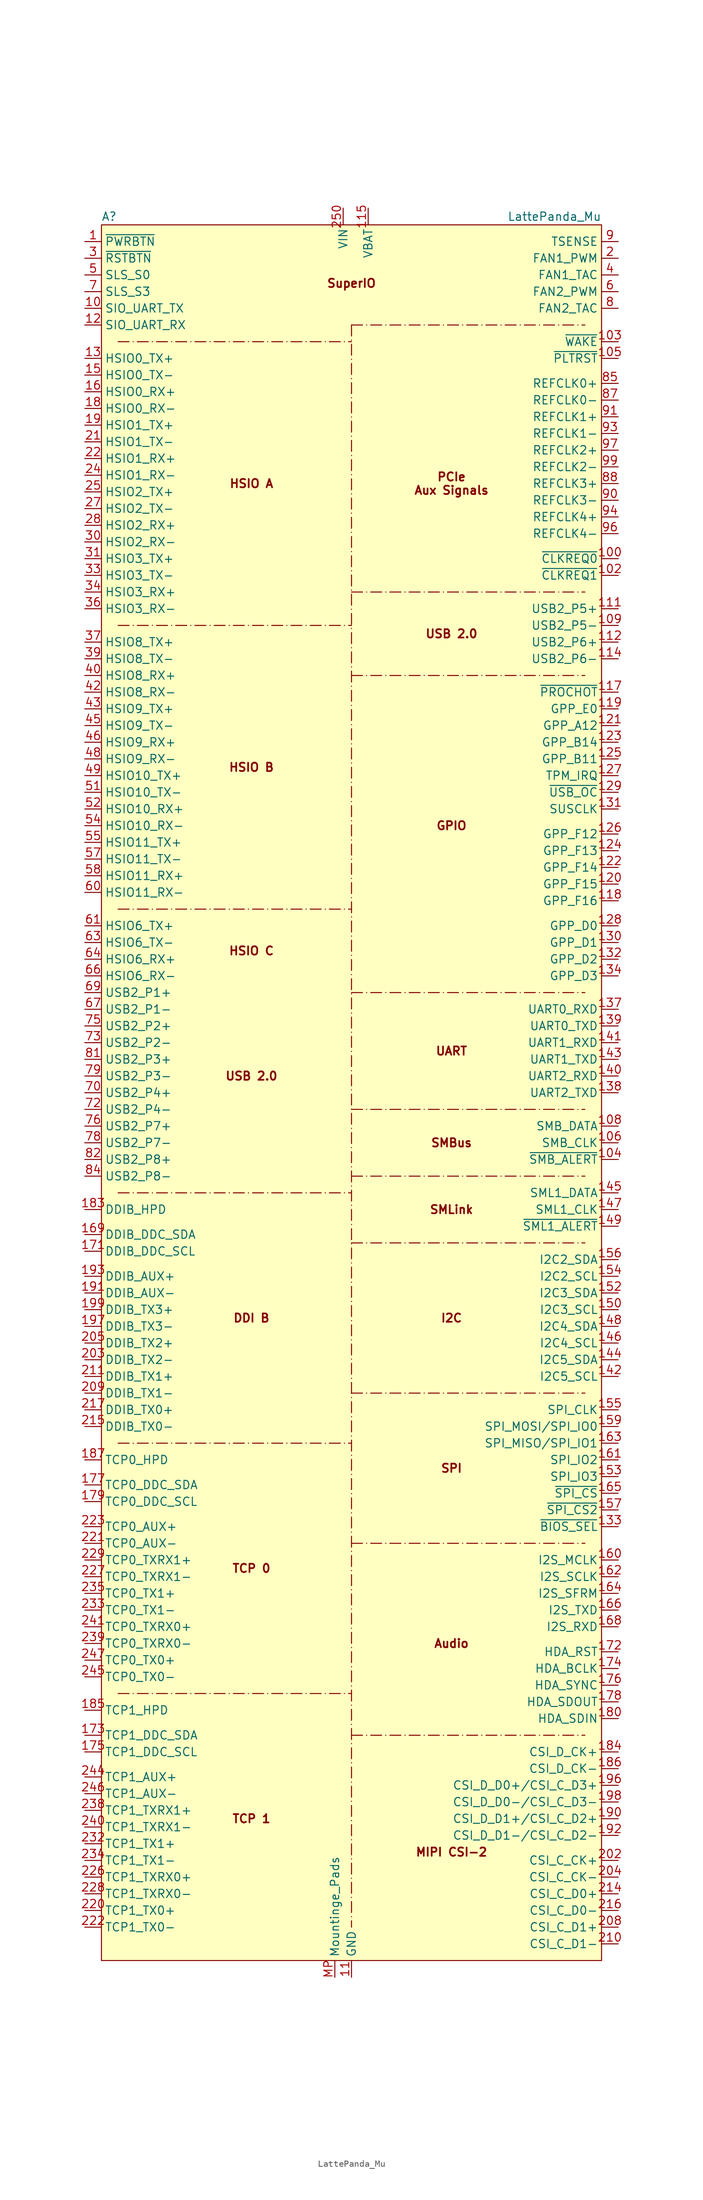
<source format=kicad_sym>
(kicad_symbol_lib
  (version 20231120)
  (generator "kicad_symbol_editor")
  (generator_version "8.0")
  (symbol "LattePanda_Mu"
    (property "Reference" "A"
      (at -38.1 133.35 0)
      (effects (font (size 1.27 1.27)) (justify left)))
    (property "Value" "LattePanda_Mu"
      (at 38.1 133.35 0)
      (effects (font (size 1.27 1.27)) (justify right)))
    (symbol "LattePanda_Mu_1_0"
      (pin passive line (at 0 -134.62 90) (length 2.54) hide (name "GND" (effects (font (size 1.27 1.27)))) (number "101" (effects (font (size 1.27 1.27)))))
      (pin passive line (at 0 -134.62 90) (length 2.54) hide (name "GND" (effects (font (size 1.27 1.27)))) (number "107" (effects (font (size 1.27 1.27)))))
      (pin passive line (at 0 -134.62 90) (length 2.54) hide (name "GND" (effects (font (size 1.27 1.27)))) (number "110" (effects (font (size 1.27 1.27)))))
      (pin passive line (at 0 -134.62 90) (length 2.54) hide (name "GND" (effects (font (size 1.27 1.27)))) (number "113" (effects (font (size 1.27 1.27)))))
      (pin passive line (at 0 -134.62 90) (length 2.54) hide (name "GND" (effects (font (size 1.27 1.27)))) (number "116" (effects (font (size 1.27 1.27)))))
      (pin passive line (at 0 -134.62 90) (length 2.54) hide (name "GND" (effects (font (size 1.27 1.27)))) (number "135" (effects (font (size 1.27 1.27)))))
      (pin passive line (at 0 -134.62 90) (length 2.54) hide (name "GND" (effects (font (size 1.27 1.27)))) (number "136" (effects (font (size 1.27 1.27)))))
      (pin passive line (at 0 -134.62 90) (length 2.54) hide (name "GND" (effects (font (size 1.27 1.27)))) (number "14" (effects (font (size 1.27 1.27)))))
      (pin passive line (at 0 -134.62 90) (length 2.54) hide (name "GND" (effects (font (size 1.27 1.27)))) (number "151" (effects (font (size 1.27 1.27)))))
      (pin passive line (at 0 -134.62 90) (length 2.54) hide (name "GND" (effects (font (size 1.27 1.27)))) (number "158" (effects (font (size 1.27 1.27)))))
      (pin passive line (at 0 -134.62 90) (length 2.54) hide (name "GND" (effects (font (size 1.27 1.27)))) (number "167" (effects (font (size 1.27 1.27)))))
      (pin passive line (at 0 -134.62 90) (length 2.54) hide (name "GND" (effects (font (size 1.27 1.27)))) (number "17" (effects (font (size 1.27 1.27)))))
      (pin passive line (at 0 -134.62 90) (length 2.54) hide (name "GND" (effects (font (size 1.27 1.27)))) (number "170" (effects (font (size 1.27 1.27)))))
      (pin passive line (at 0 -134.62 90) (length 2.54) hide (name "GND" (effects (font (size 1.27 1.27)))) (number "181" (effects (font (size 1.27 1.27)))))
      (pin passive line (at 0 -134.62 90) (length 2.54) hide (name "GND" (effects (font (size 1.27 1.27)))) (number "182" (effects (font (size 1.27 1.27)))))
      (pin passive line (at 0 -134.62 90) (length 2.54) hide (name "GND" (effects (font (size 1.27 1.27)))) (number "188" (effects (font (size 1.27 1.27)))))
      (pin passive line (at 0 -134.62 90) (length 2.54) hide (name "GND" (effects (font (size 1.27 1.27)))) (number "189" (effects (font (size 1.27 1.27)))))
      (pin passive line (at 0 -134.62 90) (length 2.54) hide (name "GND" (effects (font (size 1.27 1.27)))) (number "194" (effects (font (size 1.27 1.27)))))
      (pin passive line (at 0 -134.62 90) (length 2.54) hide (name "GND" (effects (font (size 1.27 1.27)))) (number "195" (effects (font (size 1.27 1.27)))))
      (pin passive line (at 0 -134.62 90) (length 2.54) hide (name "GND" (effects (font (size 1.27 1.27)))) (number "20" (effects (font (size 1.27 1.27)))))
      (pin passive line (at 0 -134.62 90) (length 2.54) hide (name "GND" (effects (font (size 1.27 1.27)))) (number "200" (effects (font (size 1.27 1.27)))))
      (pin passive line (at 0 -134.62 90) (length 2.54) hide (name "GND" (effects (font (size 1.27 1.27)))) (number "201" (effects (font (size 1.27 1.27)))))
      (pin passive line (at 0 -134.62 90) (length 2.54) hide (name "GND" (effects (font (size 1.27 1.27)))) (number "206" (effects (font (size 1.27 1.27)))))
      (pin passive line (at 0 -134.62 90) (length 2.54) hide (name "GND" (effects (font (size 1.27 1.27)))) (number "207" (effects (font (size 1.27 1.27)))))
      (pin passive line (at 0 -134.62 90) (length 2.54) hide (name "GND" (effects (font (size 1.27 1.27)))) (number "212" (effects (font (size 1.27 1.27)))))
      (pin passive line (at 0 -134.62 90) (length 2.54) hide (name "GND" (effects (font (size 1.27 1.27)))) (number "213" (effects (font (size 1.27 1.27)))))
      (pin passive line (at 0 -134.62 90) (length 2.54) hide (name "GND" (effects (font (size 1.27 1.27)))) (number "218" (effects (font (size 1.27 1.27)))))
      (pin passive line (at 0 -134.62 90) (length 2.54) hide (name "GND" (effects (font (size 1.27 1.27)))) (number "219" (effects (font (size 1.27 1.27)))))
      (pin passive line (at 0 -134.62 90) (length 2.54) hide (name "GND" (effects (font (size 1.27 1.27)))) (number "224" (effects (font (size 1.27 1.27)))))
      (pin passive line (at 0 -134.62 90) (length 2.54) hide (name "GND" (effects (font (size 1.27 1.27)))) (number "225" (effects (font (size 1.27 1.27)))))
      (pin passive line (at 0 -134.62 90) (length 2.54) hide (name "GND" (effects (font (size 1.27 1.27)))) (number "23" (effects (font (size 1.27 1.27)))))
      (pin passive line (at 0 -134.62 90) (length 2.54) hide (name "GND" (effects (font (size 1.27 1.27)))) (number "230" (effects (font (size 1.27 1.27)))))
      (pin passive line (at 0 -134.62 90) (length 2.54) hide (name "GND" (effects (font (size 1.27 1.27)))) (number "231" (effects (font (size 1.27 1.27)))))
      (pin passive line (at 0 -134.62 90) (length 2.54) hide (name "GND" (effects (font (size 1.27 1.27)))) (number "236" (effects (font (size 1.27 1.27)))))
      (pin passive line (at 0 -134.62 90) (length 2.54) hide (name "GND" (effects (font (size 1.27 1.27)))) (number "237" (effects (font (size 1.27 1.27)))))
      (pin passive line (at 0 -134.62 90) (length 2.54) hide (name "GND" (effects (font (size 1.27 1.27)))) (number "242" (effects (font (size 1.27 1.27)))))
      (pin passive line (at 0 -134.62 90) (length 2.54) hide (name "GND" (effects (font (size 1.27 1.27)))) (number "243" (effects (font (size 1.27 1.27)))))
      (pin passive line (at 0 -134.62 90) (length 2.54) hide (name "GND" (effects (font (size 1.27 1.27)))) (number "248" (effects (font (size 1.27 1.27)))))
      (pin passive line (at 0 -134.62 90) (length 2.54) hide (name "GND" (effects (font (size 1.27 1.27)))) (number "249" (effects (font (size 1.27 1.27)))))
      (pin passive line (at 0 -134.62 90) (length 2.54) hide (name "GND" (effects (font (size 1.27 1.27)))) (number "26" (effects (font (size 1.27 1.27)))))
      (pin passive line (at 0 -134.62 90) (length 2.54) hide (name "GND" (effects (font (size 1.27 1.27)))) (number "29" (effects (font (size 1.27 1.27)))))
      (pin passive line (at 0 -134.62 90) (length 2.54) hide (name "GND" (effects (font (size 1.27 1.27)))) (number "32" (effects (font (size 1.27 1.27)))))
      (pin passive line (at 0 -134.62 90) (length 2.54) hide (name "GND" (effects (font (size 1.27 1.27)))) (number "35" (effects (font (size 1.27 1.27)))))
      (pin passive line (at 0 -134.62 90) (length 2.54) hide (name "GND" (effects (font (size 1.27 1.27)))) (number "38" (effects (font (size 1.27 1.27)))))
      (pin passive line (at 0 -134.62 90) (length 2.54) hide (name "GND" (effects (font (size 1.27 1.27)))) (number "41" (effects (font (size 1.27 1.27)))))
      (pin passive line (at 0 -134.62 90) (length 2.54) hide (name "GND" (effects (font (size 1.27 1.27)))) (number "44" (effects (font (size 1.27 1.27)))))
      (pin passive line (at 0 -134.62 90) (length 2.54) hide (name "GND" (effects (font (size 1.27 1.27)))) (number "47" (effects (font (size 1.27 1.27)))))
      (pin passive line (at 0 -134.62 90) (length 2.54) hide (name "GND" (effects (font (size 1.27 1.27)))) (number "50" (effects (font (size 1.27 1.27)))))
      (pin passive line (at 0 -134.62 90) (length 2.54) hide (name "GND" (effects (font (size 1.27 1.27)))) (number "53" (effects (font (size 1.27 1.27)))))
      (pin passive line (at 0 -134.62 90) (length 2.54) hide (name "GND" (effects (font (size 1.27 1.27)))) (number "56" (effects (font (size 1.27 1.27)))))
      (pin passive line (at 0 -134.62 90) (length 2.54) hide (name "GND" (effects (font (size 1.27 1.27)))) (number "59" (effects (font (size 1.27 1.27)))))
      (pin passive line (at 0 -134.62 90) (length 2.54) hide (name "GND" (effects (font (size 1.27 1.27)))) (number "62" (effects (font (size 1.27 1.27)))))
      (pin passive line (at 0 -134.62 90) (length 2.54) hide (name "GND" (effects (font (size 1.27 1.27)))) (number "65" (effects (font (size 1.27 1.27)))))
      (pin passive line (at 0 -134.62 90) (length 2.54) hide (name "GND" (effects (font (size 1.27 1.27)))) (number "68" (effects (font (size 1.27 1.27)))))
      (pin passive line (at 0 -134.62 90) (length 2.54) hide (name "GND" (effects (font (size 1.27 1.27)))) (number "71" (effects (font (size 1.27 1.27)))))
      (pin passive line (at 0 -134.62 90) (length 2.54) hide (name "GND" (effects (font (size 1.27 1.27)))) (number "74" (effects (font (size 1.27 1.27)))))
      (pin passive line (at 0 -134.62 90) (length 2.54) hide (name "GND" (effects (font (size 1.27 1.27)))) (number "77" (effects (font (size 1.27 1.27)))))
      (pin passive line (at 0 -134.62 90) (length 2.54) hide (name "GND" (effects (font (size 1.27 1.27)))) (number "80" (effects (font (size 1.27 1.27)))))
      (pin passive line (at 0 -134.62 90) (length 2.54) hide (name "GND" (effects (font (size 1.27 1.27)))) (number "83" (effects (font (size 1.27 1.27)))))
      (pin passive line (at 0 -134.62 90) (length 2.54) hide (name "GND" (effects (font (size 1.27 1.27)))) (number "86" (effects (font (size 1.27 1.27)))))
      (pin passive line (at 0 -134.62 90) (length 2.54) hide (name "GND" (effects (font (size 1.27 1.27)))) (number "89" (effects (font (size 1.27 1.27)))))
      (pin passive line (at 0 -134.62 90) (length 2.54) hide (name "GND" (effects (font (size 1.27 1.27)))) (number "92" (effects (font (size 1.27 1.27)))))
      (pin passive line (at 0 -134.62 90) (length 2.54) hide (name "GND" (effects (font (size 1.27 1.27)))) (number "95" (effects (font (size 1.27 1.27)))))
      (pin passive line (at 0 -134.62 90) (length 2.54) hide (name "GND" (effects (font (size 1.27 1.27)))) (number "98" (effects (font (size 1.27 1.27))))))
    (symbol "LattePanda_Mu_1_1"
      (rectangle (start -38.1 132.08) (end 38.1 -132.08) (stroke (width 0) (type default)) (fill (type background)))
      (polyline (pts (xy -35.56 -91.44) (xy 0 -91.44)) (stroke (width 0) (type dash_dot)) (fill (type none)))
      (polyline (pts (xy -35.56 -53.34) (xy 0 -53.34)) (stroke (width 0) (type dash_dot)) (fill (type none)))
      (polyline (pts (xy -35.56 -15.24) (xy 0 -15.24)) (stroke (width 0) (type dash_dot)) (fill (type none)))
      (polyline (pts (xy -35.56 27.94) (xy 0 27.94)) (stroke (width 0) (type dash_dot)) (fill (type none)))
      (polyline (pts (xy -35.56 71.12) (xy 0 71.12)) (stroke (width 0) (type dash_dot)) (fill (type none)))
      (polyline (pts (xy -35.56 114.3) (xy 0 114.3)) (stroke (width 0) (type dash_dot)) (fill (type none)))
      (polyline (pts (xy 0 -97.79) (xy 35.56 -97.79)) (stroke (width 0) (type dash_dot)) (fill (type none)))
      (polyline (pts (xy 0 -68.58) (xy 35.56 -68.58)) (stroke (width 0) (type dash_dot)) (fill (type none)))
      (polyline (pts (xy 0 -45.72) (xy 35.56 -45.72)) (stroke (width 0) (type dash_dot)) (fill (type none)))
      (polyline (pts (xy 0 -22.86) (xy 35.56 -22.86)) (stroke (width 0) (type dash_dot)) (fill (type none)))
      (polyline (pts (xy 0 -12.7) (xy 35.56 -12.7)) (stroke (width 0) (type dash_dot)) (fill (type none)))
      (polyline (pts (xy 0 -2.54) (xy 35.56 -2.54)) (stroke (width 0) (type dash_dot)) (fill (type none)))
      (polyline (pts (xy 0 15.24) (xy 35.56 15.24)) (stroke (width 0) (type dash_dot)) (fill (type none)))
      (polyline (pts (xy 0 63.5) (xy 35.56 63.5)) (stroke (width 0) (type dash_dot)) (fill (type none)))
      (polyline (pts (xy 0 76.2) (xy 35.56 76.2)) (stroke (width 0) (type dash_dot)) (fill (type none)))
      (polyline (pts (xy 0 116.84) (xy 0 -127)) (stroke (width 0) (type dash_dot)) (fill (type none)))
      (polyline (pts (xy 0 116.84) (xy 35.56 116.84)) (stroke (width 0) (type dash_dot)) (fill (type none)))
      (text "Audio" (at 15.24 -83.82 0) (effects (font (size 1.27 1.27) (bold yes))))
      (text "DDI B" (at -15.24 -34.29 0) (effects (font (size 1.27 1.27) (bold yes))))
      (text "GPIO" (at 15.24 40.64 0) (effects (font (size 1.27 1.27) (bold yes))))
      (text "HSIO A" (at -15.24 92.71 0) (effects (font (size 1.27 1.27) (bold yes))))
      (text "HSIO B" (at -15.24 49.53 0) (effects (font (size 1.27 1.27) (bold yes))))
      (text "HSIO C" (at -15.24 21.59 0) (effects (font (size 1.27 1.27) (bold yes))))
      (text "I2C" (at 15.24 -34.29 0) (effects (font (size 1.27 1.27) (bold yes))))
      (text "MIPI CSI-2" (at 15.24 -115.57 0) (effects (font (size 1.27 1.27) (bold yes))))
      (text "PCIe\nAux Signals" (at 15.24 92.71 0) (effects (font (size 1.27 1.27) (bold yes))))
      (text "SMBus" (at 15.24 -7.62 0) (effects (font (size 1.27 1.27) (bold yes))))
      (text "SMLink" (at 15.24 -17.78 0) (effects (font (size 1.27 1.27) (bold yes))))
      (text "SPI" (at 15.24 -57.15 0) (effects (font (size 1.27 1.27) (bold yes))))
      (text "SuperIO" (at 0 123.19 0) (effects (font (size 1.27 1.27) (bold yes))))
      (text "TCP 0" (at -15.24 -72.39 0) (effects (font (size 1.27 1.27) (bold yes))))
      (text "TCP 1" (at -15.24 -110.49 0) (effects (font (size 1.27 1.27) (bold yes))))
      (text "UART" (at 15.24 6.35 0) (effects (font (size 1.27 1.27) (bold yes))))
      (text "USB 2.0" (at -15.24 2.54 0) (effects (font (size 1.27 1.27) (bold yes))))
      (text "USB 2.0" (at 15.24 69.85 0) (effects (font (size 1.27 1.27) (bold yes))))
      (pin input line (at -40.64 129.54 0) (length 2.54) (name "~{PWRBTN}" (effects (font (size 1.27 1.27)))) (number "1" (effects (font (size 1.27 1.27)))))
      (pin output line (at -40.64 119.38 0) (length 2.54) (name "SIO_UART_TX" (effects (font (size 1.27 1.27)))) (number "10" (effects (font (size 1.27 1.27)))))
      (pin bidirectional line (at 40.64 81.28 180) (length 2.54) (name "~{CLKREQ0}" (effects (font (size 1.27 1.27)))) (number "100" (effects (font (size 1.27 1.27)))))
      (pin bidirectional line (at 40.64 78.74 180) (length 2.54) (name "~{CLKREQ1}" (effects (font (size 1.27 1.27)))) (number "102" (effects (font (size 1.27 1.27)))))
      (pin input line (at 40.64 114.3 180) (length 2.54) (name "~{WAKE}" (effects (font (size 1.27 1.27)))) (number "103" (effects (font (size 1.27 1.27)))))
      (pin input line (at 40.64 -10.16 180) (length 2.54) (name "~{SMB_ALERT}" (effects (font (size 1.27 1.27)))) (number "104" (effects (font (size 1.27 1.27)))))
      (pin output line (at 40.64 111.76 180) (length 2.54) (name "~{PLTRST}" (effects (font (size 1.27 1.27)))) (number "105" (effects (font (size 1.27 1.27)))))
      (pin output line (at 40.64 -7.62 180) (length 2.54) (name "SMB_CLK" (effects (font (size 1.27 1.27)))) (number "106" (effects (font (size 1.27 1.27)))))
      (pin bidirectional line (at 40.64 -5.08 180) (length 2.54) (name "SMB_DATA" (effects (font (size 1.27 1.27)))) (number "108" (effects (font (size 1.27 1.27)))))
      (pin bidirectional line (at 40.64 71.12 180) (length 2.54) (name "USB2_P5-" (effects (font (size 1.27 1.27)))) (number "109" (effects (font (size 1.27 1.27)))))
      (pin power_in line (at 0 -134.62 90) (length 2.54) (name "GND" (effects (font (size 1.27 1.27)))) (number "11" (effects (font (size 1.27 1.27)))))
      (pin bidirectional line (at 40.64 73.66 180) (length 2.54) (name "USB2_P5+" (effects (font (size 1.27 1.27)))) (number "111" (effects (font (size 1.27 1.27)))))
      (pin bidirectional line (at 40.64 68.58 180) (length 2.54) (name "USB2_P6+" (effects (font (size 1.27 1.27)))) (number "112" (effects (font (size 1.27 1.27)))))
      (pin bidirectional line (at 40.64 66.04 180) (length 2.54) (name "USB2_P6-" (effects (font (size 1.27 1.27)))) (number "114" (effects (font (size 1.27 1.27)))))
      (pin power_in line (at 2.54 134.62 270) (length 2.54) (name "VBAT" (effects (font (size 1.27 1.27)))) (number "115" (effects (font (size 1.27 1.27)))))
      (pin bidirectional line (at 40.64 60.96 180) (length 2.54) (name "~{PROCHOT}" (effects (font (size 1.27 1.27)))) (number "117" (effects (font (size 1.27 1.27)))))
      (pin bidirectional line (at 40.64 29.21 180) (length 2.54) (name "GPP_F16" (effects (font (size 1.27 1.27)))) (number "118" (effects (font (size 1.27 1.27)))))
      (pin bidirectional line (at 40.64 58.42 180) (length 2.54) (name "GPP_E0" (effects (font (size 1.27 1.27)))) (number "119" (effects (font (size 1.27 1.27)))))
      (pin input line (at -40.64 116.84 0) (length 2.54) (name "SIO_UART_RX" (effects (font (size 1.27 1.27)))) (number "12" (effects (font (size 1.27 1.27)))))
      (pin bidirectional line (at 40.64 31.75 180) (length 2.54) (name "GPP_F15" (effects (font (size 1.27 1.27)))) (number "120" (effects (font (size 1.27 1.27)))))
      (pin bidirectional line (at 40.64 55.88 180) (length 2.54) (name "GPP_A12" (effects (font (size 1.27 1.27)))) (number "121" (effects (font (size 1.27 1.27)))))
      (pin bidirectional line (at 40.64 34.29 180) (length 2.54) (name "GPP_F14" (effects (font (size 1.27 1.27)))) (number "122" (effects (font (size 1.27 1.27)))))
      (pin bidirectional line (at 40.64 53.34 180) (length 2.54) (name "GPP_B14" (effects (font (size 1.27 1.27)))) (number "123" (effects (font (size 1.27 1.27)))))
      (pin bidirectional line (at 40.64 36.83 180) (length 2.54) (name "GPP_F13" (effects (font (size 1.27 1.27)))) (number "124" (effects (font (size 1.27 1.27)))))
      (pin bidirectional line (at 40.64 50.8 180) (length 2.54) (name "GPP_B11" (effects (font (size 1.27 1.27)))) (number "125" (effects (font (size 1.27 1.27)))))
      (pin bidirectional line (at 40.64 39.37 180) (length 2.54) (name "GPP_F12" (effects (font (size 1.27 1.27)))) (number "126" (effects (font (size 1.27 1.27)))))
      (pin input line (at 40.64 48.26 180) (length 2.54) (name "TPM_IRQ" (effects (font (size 1.27 1.27)))) (number "127" (effects (font (size 1.27 1.27)))))
      (pin bidirectional line (at 40.64 25.4 180) (length 2.54) (name "GPP_D0" (effects (font (size 1.27 1.27)))) (number "128" (effects (font (size 1.27 1.27)))))
      (pin input line (at 40.64 45.72 180) (length 2.54) (name "~{USB_OC}" (effects (font (size 1.27 1.27)))) (number "129" (effects (font (size 1.27 1.27)))))
      (pin output line (at -40.64 111.76 0) (length 2.54) (name "HSIO0_TX+" (effects (font (size 1.27 1.27)))) (number "13" (effects (font (size 1.27 1.27)))))
      (pin bidirectional line (at 40.64 22.86 180) (length 2.54) (name "GPP_D1" (effects (font (size 1.27 1.27)))) (number "130" (effects (font (size 1.27 1.27)))))
      (pin output line (at 40.64 43.18 180) (length 2.54) (name "SUSCLK" (effects (font (size 1.27 1.27)))) (number "131" (effects (font (size 1.27 1.27)))))
      (pin bidirectional line (at 40.64 20.32 180) (length 2.54) (name "GPP_D2" (effects (font (size 1.27 1.27)))) (number "132" (effects (font (size 1.27 1.27)))))
      (pin input line (at 40.64 -66.04 180) (length 2.54) (name "~{BIOS_SEL}" (effects (font (size 1.27 1.27)))) (number "133" (effects (font (size 1.27 1.27)))))
      (pin bidirectional line (at 40.64 17.78 180) (length 2.54) (name "GPP_D3" (effects (font (size 1.27 1.27)))) (number "134" (effects (font (size 1.27 1.27)))))
      (pin input line (at 40.64 12.7 180) (length 2.54) (name "UART0_RXD" (effects (font (size 1.27 1.27)))) (number "137" (effects (font (size 1.27 1.27)))))
      (pin output line (at 40.64 0 180) (length 2.54) (name "UART2_TXD" (effects (font (size 1.27 1.27)))) (number "138" (effects (font (size 1.27 1.27)))))
      (pin output line (at 40.64 10.16 180) (length 2.54) (name "UART0_TXD" (effects (font (size 1.27 1.27)))) (number "139" (effects (font (size 1.27 1.27)))))
      (pin input line (at 40.64 2.54 180) (length 2.54) (name "UART2_RXD" (effects (font (size 1.27 1.27)))) (number "140" (effects (font (size 1.27 1.27)))))
      (pin input line (at 40.64 7.62 180) (length 2.54) (name "UART1_RXD" (effects (font (size 1.27 1.27)))) (number "141" (effects (font (size 1.27 1.27)))))
      (pin output line (at 40.64 -43.18 180) (length 2.54) (name "I2C5_SCL" (effects (font (size 1.27 1.27)))) (number "142" (effects (font (size 1.27 1.27)))))
      (pin output line (at 40.64 5.08 180) (length 2.54) (name "UART1_TXD" (effects (font (size 1.27 1.27)))) (number "143" (effects (font (size 1.27 1.27)))))
      (pin bidirectional line (at 40.64 -40.64 180) (length 2.54) (name "I2C5_SDA" (effects (font (size 1.27 1.27)))) (number "144" (effects (font (size 1.27 1.27)))))
      (pin bidirectional line (at 40.64 -15.24 180) (length 2.54) (name "SML1_DATA" (effects (font (size 1.27 1.27)))) (number "145" (effects (font (size 1.27 1.27)))))
      (pin output line (at 40.64 -38.1 180) (length 2.54) (name "I2C4_SCL" (effects (font (size 1.27 1.27)))) (number "146" (effects (font (size 1.27 1.27)))))
      (pin output line (at 40.64 -17.78 180) (length 2.54) (name "SML1_CLK" (effects (font (size 1.27 1.27)))) (number "147" (effects (font (size 1.27 1.27)))))
      (pin bidirectional line (at 40.64 -35.56 180) (length 2.54) (name "I2C4_SDA" (effects (font (size 1.27 1.27)))) (number "148" (effects (font (size 1.27 1.27)))))
      (pin input line (at 40.64 -20.32 180) (length 2.54) (name "~{SML1_ALERT}" (effects (font (size 1.27 1.27)))) (number "149" (effects (font (size 1.27 1.27)))))
      (pin output line (at -40.64 109.22 0) (length 2.54) (name "HSIO0_TX-" (effects (font (size 1.27 1.27)))) (number "15" (effects (font (size 1.27 1.27)))))
      (pin output line (at 40.64 -33.02 180) (length 2.54) (name "I2C3_SCL" (effects (font (size 1.27 1.27)))) (number "150" (effects (font (size 1.27 1.27)))))
      (pin bidirectional line (at 40.64 -30.48 180) (length 2.54) (name "I2C3_SDA" (effects (font (size 1.27 1.27)))) (number "152" (effects (font (size 1.27 1.27)))))
      (pin bidirectional line (at 40.64 -58.42 180) (length 2.54) (name "SPI_IO3" (effects (font (size 1.27 1.27)))) (number "153" (effects (font (size 1.27 1.27)))))
      (pin output line (at 40.64 -27.94 180) (length 2.54) (name "I2C2_SCL" (effects (font (size 1.27 1.27)))) (number "154" (effects (font (size 1.27 1.27)))))
      (pin output line (at 40.64 -48.26 180) (length 2.54) (name "SPI_CLK" (effects (font (size 1.27 1.27)))) (number "155" (effects (font (size 1.27 1.27)))))
      (pin bidirectional line (at 40.64 -25.4 180) (length 2.54) (name "I2C2_SDA" (effects (font (size 1.27 1.27)))) (number "156" (effects (font (size 1.27 1.27)))))
      (pin output line (at 40.64 -63.5 180) (length 2.54) (name "~{SPI_CS2}" (effects (font (size 1.27 1.27)))) (number "157" (effects (font (size 1.27 1.27)))))
      (pin bidirectional line (at 40.64 -50.8 180) (length 2.54) (name "SPI_MOSI/SPI_IO0" (effects (font (size 1.27 1.27)))) (number "159" (effects (font (size 1.27 1.27)))))
      (pin input line (at -40.64 106.68 0) (length 2.54) (name "HSIO0_RX+" (effects (font (size 1.27 1.27)))) (number "16" (effects (font (size 1.27 1.27)))))
      (pin output line (at 40.64 -71.12 180) (length 2.54) (name "I2S_MCLK" (effects (font (size 1.27 1.27)))) (number "160" (effects (font (size 1.27 1.27)))))
      (pin bidirectional line (at 40.64 -55.88 180) (length 2.54) (name "SPI_IO2" (effects (font (size 1.27 1.27)))) (number "161" (effects (font (size 1.27 1.27)))))
      (pin output line (at 40.64 -73.66 180) (length 2.54) (name "I2S_SCLK" (effects (font (size 1.27 1.27)))) (number "162" (effects (font (size 1.27 1.27)))))
      (pin bidirectional line (at 40.64 -53.34 180) (length 2.54) (name "SPI_MISO/SPI_IO1" (effects (font (size 1.27 1.27)))) (number "163" (effects (font (size 1.27 1.27)))))
      (pin output line (at 40.64 -76.2 180) (length 2.54) (name "I2S_SFRM" (effects (font (size 1.27 1.27)))) (number "164" (effects (font (size 1.27 1.27)))))
      (pin bidirectional line (at 40.64 -60.96 180) (length 2.54) (name "~{SPI_CS}" (effects (font (size 1.27 1.27)))) (number "165" (effects (font (size 1.27 1.27)))))
      (pin output line (at 40.64 -78.74 180) (length 2.54) (name "I2S_TXD" (effects (font (size 1.27 1.27)))) (number "166" (effects (font (size 1.27 1.27)))))
      (pin input line (at 40.64 -81.28 180) (length 2.54) (name "I2S_RXD" (effects (font (size 1.27 1.27)))) (number "168" (effects (font (size 1.27 1.27)))))
      (pin bidirectional line (at -40.64 -21.59 0) (length 2.54) (name "DDIB_DDC_SDA" (effects (font (size 1.27 1.27)))) (number "169" (effects (font (size 1.27 1.27)))))
      (pin bidirectional line (at -40.64 -24.13 0) (length 2.54) (name "DDIB_DDC_SCL" (effects (font (size 1.27 1.27)))) (number "171" (effects (font (size 1.27 1.27)))))
      (pin output line (at 40.64 -85.09 180) (length 2.54) (name "HDA_RST" (effects (font (size 1.27 1.27)))) (number "172" (effects (font (size 1.27 1.27)))))
      (pin bidirectional line (at -40.64 -97.79 0) (length 2.54) (name "TCP1_DDC_SDA" (effects (font (size 1.27 1.27)))) (number "173" (effects (font (size 1.27 1.27)))))
      (pin output line (at 40.64 -87.63 180) (length 2.54) (name "HDA_BCLK" (effects (font (size 1.27 1.27)))) (number "174" (effects (font (size 1.27 1.27)))))
      (pin bidirectional line (at -40.64 -100.33 0) (length 2.54) (name "TCP1_DDC_SCL" (effects (font (size 1.27 1.27)))) (number "175" (effects (font (size 1.27 1.27)))))
      (pin output line (at 40.64 -90.17 180) (length 2.54) (name "HDA_SYNC" (effects (font (size 1.27 1.27)))) (number "176" (effects (font (size 1.27 1.27)))))
      (pin bidirectional line (at -40.64 -59.69 0) (length 2.54) (name "TCP0_DDC_SDA" (effects (font (size 1.27 1.27)))) (number "177" (effects (font (size 1.27 1.27)))))
      (pin output line (at 40.64 -92.71 180) (length 2.54) (name "HDA_SDOUT" (effects (font (size 1.27 1.27)))) (number "178" (effects (font (size 1.27 1.27)))))
      (pin bidirectional line (at -40.64 -62.23 0) (length 2.54) (name "TCP0_DDC_SCL" (effects (font (size 1.27 1.27)))) (number "179" (effects (font (size 1.27 1.27)))))
      (pin input line (at -40.64 104.14 0) (length 2.54) (name "HSIO0_RX-" (effects (font (size 1.27 1.27)))) (number "18" (effects (font (size 1.27 1.27)))))
      (pin input line (at 40.64 -95.25 180) (length 2.54) (name "HDA_SDIN" (effects (font (size 1.27 1.27)))) (number "180" (effects (font (size 1.27 1.27)))))
      (pin input line (at -40.64 -17.78 0) (length 2.54) (name "DDIB_HPD" (effects (font (size 1.27 1.27)))) (number "183" (effects (font (size 1.27 1.27)))))
      (pin input line (at 40.64 -100.33 180) (length 2.54) (name "CSI_D_CK+" (effects (font (size 1.27 1.27)))) (number "184" (effects (font (size 1.27 1.27)))))
      (pin input line (at -40.64 -93.98 0) (length 2.54) (name "TCP1_HPD" (effects (font (size 1.27 1.27)))) (number "185" (effects (font (size 1.27 1.27)))))
      (pin input line (at 40.64 -102.87 180) (length 2.54) (name "CSI_D_CK-" (effects (font (size 1.27 1.27)))) (number "186" (effects (font (size 1.27 1.27)))))
      (pin input line (at -40.64 -55.88 0) (length 2.54) (name "TCP0_HPD" (effects (font (size 1.27 1.27)))) (number "187" (effects (font (size 1.27 1.27)))))
      (pin output line (at -40.64 101.6 0) (length 2.54) (name "HSIO1_TX+" (effects (font (size 1.27 1.27)))) (number "19" (effects (font (size 1.27 1.27)))))
      (pin input line (at 40.64 -110.49 180) (length 2.54) (name "CSI_D_D1+/CSI_C_D2+" (effects (font (size 1.27 1.27)))) (number "190" (effects (font (size 1.27 1.27)))))
      (pin bidirectional line (at -40.64 -30.48 0) (length 2.54) (name "DDIB_AUX-" (effects (font (size 1.27 1.27)))) (number "191" (effects (font (size 1.27 1.27)))))
      (pin input line (at 40.64 -113.03 180) (length 2.54) (name "CSI_D_D1-/CSI_C_D2-" (effects (font (size 1.27 1.27)))) (number "192" (effects (font (size 1.27 1.27)))))
      (pin bidirectional line (at -40.64 -27.94 0) (length 2.54) (name "DDIB_AUX+" (effects (font (size 1.27 1.27)))) (number "193" (effects (font (size 1.27 1.27)))))
      (pin input line (at 40.64 -105.41 180) (length 2.54) (name "CSI_D_D0+/CSI_C_D3+" (effects (font (size 1.27 1.27)))) (number "196" (effects (font (size 1.27 1.27)))))
      (pin output line (at -40.64 -35.56 0) (length 2.54) (name "DDIB_TX3-" (effects (font (size 1.27 1.27)))) (number "197" (effects (font (size 1.27 1.27)))))
      (pin input line (at 40.64 -107.95 180) (length 2.54) (name "CSI_D_D0-/CSI_C_D3-" (effects (font (size 1.27 1.27)))) (number "198" (effects (font (size 1.27 1.27)))))
      (pin output line (at -40.64 -33.02 0) (length 2.54) (name "DDIB_TX3+" (effects (font (size 1.27 1.27)))) (number "199" (effects (font (size 1.27 1.27)))))
      (pin output line (at 40.64 127 180) (length 2.54) (name "FAN1_PWM" (effects (font (size 1.27 1.27)))) (number "2" (effects (font (size 1.27 1.27)))))
      (pin input line (at 40.64 -116.84 180) (length 2.54) (name "CSI_C_CK+" (effects (font (size 1.27 1.27)))) (number "202" (effects (font (size 1.27 1.27)))))
      (pin output line (at -40.64 -40.64 0) (length 2.54) (name "DDIB_TX2-" (effects (font (size 1.27 1.27)))) (number "203" (effects (font (size 1.27 1.27)))))
      (pin input line (at 40.64 -119.38 180) (length 2.54) (name "CSI_C_CK-" (effects (font (size 1.27 1.27)))) (number "204" (effects (font (size 1.27 1.27)))))
      (pin output line (at -40.64 -38.1 0) (length 2.54) (name "DDIB_TX2+" (effects (font (size 1.27 1.27)))) (number "205" (effects (font (size 1.27 1.27)))))
      (pin input line (at 40.64 -127 180) (length 2.54) (name "CSI_C_D1+" (effects (font (size 1.27 1.27)))) (number "208" (effects (font (size 1.27 1.27)))))
      (pin output line (at -40.64 -45.72 0) (length 2.54) (name "DDIB_TX1-" (effects (font (size 1.27 1.27)))) (number "209" (effects (font (size 1.27 1.27)))))
      (pin output line (at -40.64 99.06 0) (length 2.54) (name "HSIO1_TX-" (effects (font (size 1.27 1.27)))) (number "21" (effects (font (size 1.27 1.27)))))
      (pin input line (at 40.64 -129.54 180) (length 2.54) (name "CSI_C_D1-" (effects (font (size 1.27 1.27)))) (number "210" (effects (font (size 1.27 1.27)))))
      (pin output line (at -40.64 -43.18 0) (length 2.54) (name "DDIB_TX1+" (effects (font (size 1.27 1.27)))) (number "211" (effects (font (size 1.27 1.27)))))
      (pin input line (at 40.64 -121.92 180) (length 2.54) (name "CSI_C_D0+" (effects (font (size 1.27 1.27)))) (number "214" (effects (font (size 1.27 1.27)))))
      (pin output line (at -40.64 -50.8 0) (length 2.54) (name "DDIB_TX0-" (effects (font (size 1.27 1.27)))) (number "215" (effects (font (size 1.27 1.27)))))
      (pin input line (at 40.64 -124.46 180) (length 2.54) (name "CSI_C_D0-" (effects (font (size 1.27 1.27)))) (number "216" (effects (font (size 1.27 1.27)))))
      (pin output line (at -40.64 -48.26 0) (length 2.54) (name "DDIB_TX0+" (effects (font (size 1.27 1.27)))) (number "217" (effects (font (size 1.27 1.27)))))
      (pin input line (at -40.64 96.52 0) (length 2.54) (name "HSIO1_RX+" (effects (font (size 1.27 1.27)))) (number "22" (effects (font (size 1.27 1.27)))))
      (pin output line (at -40.64 -124.46 0) (length 2.54) (name "TCP1_TX0+" (effects (font (size 1.27 1.27)))) (number "220" (effects (font (size 1.27 1.27)))))
      (pin bidirectional line (at -40.64 -68.58 0) (length 2.54) (name "TCP0_AUX-" (effects (font (size 1.27 1.27)))) (number "221" (effects (font (size 1.27 1.27)))))
      (pin output line (at -40.64 -127 0) (length 2.54) (name "TCP1_TX0-" (effects (font (size 1.27 1.27)))) (number "222" (effects (font (size 1.27 1.27)))))
      (pin bidirectional line (at -40.64 -66.04 0) (length 2.54) (name "TCP0_AUX+" (effects (font (size 1.27 1.27)))) (number "223" (effects (font (size 1.27 1.27)))))
      (pin bidirectional line (at -40.64 -119.38 0) (length 2.54) (name "TCP1_TXRX0+" (effects (font (size 1.27 1.27)))) (number "226" (effects (font (size 1.27 1.27)))))
      (pin bidirectional line (at -40.64 -73.66 0) (length 2.54) (name "TCP0_TXRX1-" (effects (font (size 1.27 1.27)))) (number "227" (effects (font (size 1.27 1.27)))))
      (pin bidirectional line (at -40.64 -121.92 0) (length 2.54) (name "TCP1_TXRX0-" (effects (font (size 1.27 1.27)))) (number "228" (effects (font (size 1.27 1.27)))))
      (pin bidirectional line (at -40.64 -71.12 0) (length 2.54) (name "TCP0_TXRX1+" (effects (font (size 1.27 1.27)))) (number "229" (effects (font (size 1.27 1.27)))))
      (pin output line (at -40.64 -114.3 0) (length 2.54) (name "TCP1_TX1+" (effects (font (size 1.27 1.27)))) (number "232" (effects (font (size 1.27 1.27)))))
      (pin output line (at -40.64 -78.74 0) (length 2.54) (name "TCP0_TX1-" (effects (font (size 1.27 1.27)))) (number "233" (effects (font (size 1.27 1.27)))))
      (pin output line (at -40.64 -116.84 0) (length 2.54) (name "TCP1_TX1-" (effects (font (size 1.27 1.27)))) (number "234" (effects (font (size 1.27 1.27)))))
      (pin output line (at -40.64 -76.2 0) (length 2.54) (name "TCP0_TX1+" (effects (font (size 1.27 1.27)))) (number "235" (effects (font (size 1.27 1.27)))))
      (pin bidirectional line (at -40.64 -109.22 0) (length 2.54) (name "TCP1_TXRX1+" (effects (font (size 1.27 1.27)))) (number "238" (effects (font (size 1.27 1.27)))))
      (pin bidirectional line (at -40.64 -83.82 0) (length 2.54) (name "TCP0_TXRX0-" (effects (font (size 1.27 1.27)))) (number "239" (effects (font (size 1.27 1.27)))))
      (pin input line (at -40.64 93.98 0) (length 2.54) (name "HSIO1_RX-" (effects (font (size 1.27 1.27)))) (number "24" (effects (font (size 1.27 1.27)))))
      (pin bidirectional line (at -40.64 -111.76 0) (length 2.54) (name "TCP1_TXRX1-" (effects (font (size 1.27 1.27)))) (number "240" (effects (font (size 1.27 1.27)))))
      (pin bidirectional line (at -40.64 -81.28 0) (length 2.54) (name "TCP0_TXRX0+" (effects (font (size 1.27 1.27)))) (number "241" (effects (font (size 1.27 1.27)))))
      (pin bidirectional line (at -40.64 -104.14 0) (length 2.54) (name "TCP1_AUX+" (effects (font (size 1.27 1.27)))) (number "244" (effects (font (size 1.27 1.27)))))
      (pin output line (at -40.64 -88.9 0) (length 2.54) (name "TCP0_TX0-" (effects (font (size 1.27 1.27)))) (number "245" (effects (font (size 1.27 1.27)))))
      (pin bidirectional line (at -40.64 -106.68 0) (length 2.54) (name "TCP1_AUX-" (effects (font (size 1.27 1.27)))) (number "246" (effects (font (size 1.27 1.27)))))
      (pin output line (at -40.64 -86.36 0) (length 2.54) (name "TCP0_TX0+" (effects (font (size 1.27 1.27)))) (number "247" (effects (font (size 1.27 1.27)))))
      (pin output line (at -40.64 91.44 0) (length 2.54) (name "HSIO2_TX+" (effects (font (size 1.27 1.27)))) (number "25" (effects (font (size 1.27 1.27)))))
      (pin power_in line (at -1.27 134.62 270) (length 2.54) (name "VIN" (effects (font (size 1.27 1.27)))) (number "250" (effects (font (size 1.27 1.27)))))
      (pin passive line (at -1.27 134.62 270) (length 2.54) hide (name "VIN" (effects (font (size 1.27 1.27)))) (number "251" (effects (font (size 1.27 1.27)))))
      (pin passive line (at -1.27 134.62 270) (length 2.54) hide (name "VIN" (effects (font (size 1.27 1.27)))) (number "252" (effects (font (size 1.27 1.27)))))
      (pin passive line (at -1.27 134.62 270) (length 2.54) hide (name "VIN" (effects (font (size 1.27 1.27)))) (number "253" (effects (font (size 1.27 1.27)))))
      (pin passive line (at -1.27 134.62 270) (length 2.54) hide (name "VIN" (effects (font (size 1.27 1.27)))) (number "254" (effects (font (size 1.27 1.27)))))
      (pin passive line (at -1.27 134.62 270) (length 2.54) hide (name "VIN" (effects (font (size 1.27 1.27)))) (number "255" (effects (font (size 1.27 1.27)))))
      (pin passive line (at -1.27 134.62 270) (length 2.54) hide (name "VIN" (effects (font (size 1.27 1.27)))) (number "256" (effects (font (size 1.27 1.27)))))
      (pin passive line (at -1.27 134.62 270) (length 2.54) hide (name "VIN" (effects (font (size 1.27 1.27)))) (number "257" (effects (font (size 1.27 1.27)))))
      (pin passive line (at -1.27 134.62 270) (length 2.54) hide (name "VIN" (effects (font (size 1.27 1.27)))) (number "258" (effects (font (size 1.27 1.27)))))
      (pin passive line (at -1.27 134.62 270) (length 2.54) hide (name "VIN" (effects (font (size 1.27 1.27)))) (number "259" (effects (font (size 1.27 1.27)))))
      (pin passive line (at -1.27 134.62 270) (length 2.54) hide (name "VIN" (effects (font (size 1.27 1.27)))) (number "260" (effects (font (size 1.27 1.27)))))
      (pin output line (at -40.64 88.9 0) (length 2.54) (name "HSIO2_TX-" (effects (font (size 1.27 1.27)))) (number "27" (effects (font (size 1.27 1.27)))))
      (pin input line (at -40.64 86.36 0) (length 2.54) (name "HSIO2_RX+" (effects (font (size 1.27 1.27)))) (number "28" (effects (font (size 1.27 1.27)))))
      (pin input line (at -40.64 127 0) (length 2.54) (name "~{RSTBTN}" (effects (font (size 1.27 1.27)))) (number "3" (effects (font (size 1.27 1.27)))))
      (pin input line (at -40.64 83.82 0) (length 2.54) (name "HSIO2_RX-" (effects (font (size 1.27 1.27)))) (number "30" (effects (font (size 1.27 1.27)))))
      (pin output line (at -40.64 81.28 0) (length 2.54) (name "HSIO3_TX+" (effects (font (size 1.27 1.27)))) (number "31" (effects (font (size 1.27 1.27)))))
      (pin output line (at -40.64 78.74 0) (length 2.54) (name "HSIO3_TX-" (effects (font (size 1.27 1.27)))) (number "33" (effects (font (size 1.27 1.27)))))
      (pin input line (at -40.64 76.2 0) (length 2.54) (name "HSIO3_RX+" (effects (font (size 1.27 1.27)))) (number "34" (effects (font (size 1.27 1.27)))))
      (pin input line (at -40.64 73.66 0) (length 2.54) (name "HSIO3_RX-" (effects (font (size 1.27 1.27)))) (number "36" (effects (font (size 1.27 1.27)))))
      (pin output line (at -40.64 68.58 0) (length 2.54) (name "HSIO8_TX+" (effects (font (size 1.27 1.27)))) (number "37" (effects (font (size 1.27 1.27)))))
      (pin output line (at -40.64 66.04 0) (length 2.54) (name "HSIO8_TX-" (effects (font (size 1.27 1.27)))) (number "39" (effects (font (size 1.27 1.27)))))
      (pin input line (at 40.64 124.46 180) (length 2.54) (name "FAN1_TAC" (effects (font (size 1.27 1.27)))) (number "4" (effects (font (size 1.27 1.27)))))
      (pin input line (at -40.64 63.5 0) (length 2.54) (name "HSIO8_RX+" (effects (font (size 1.27 1.27)))) (number "40" (effects (font (size 1.27 1.27)))))
      (pin input line (at -40.64 60.96 0) (length 2.54) (name "HSIO8_RX-" (effects (font (size 1.27 1.27)))) (number "42" (effects (font (size 1.27 1.27)))))
      (pin output line (at -40.64 58.42 0) (length 2.54) (name "HSIO9_TX+" (effects (font (size 1.27 1.27)))) (number "43" (effects (font (size 1.27 1.27)))))
      (pin output line (at -40.64 55.88 0) (length 2.54) (name "HSIO9_TX-" (effects (font (size 1.27 1.27)))) (number "45" (effects (font (size 1.27 1.27)))))
      (pin input line (at -40.64 53.34 0) (length 2.54) (name "HSIO9_RX+" (effects (font (size 1.27 1.27)))) (number "46" (effects (font (size 1.27 1.27)))))
      (pin input line (at -40.64 50.8 0) (length 2.54) (name "HSIO9_RX-" (effects (font (size 1.27 1.27)))) (number "48" (effects (font (size 1.27 1.27)))))
      (pin output line (at -40.64 48.26 0) (length 2.54) (name "HSIO10_TX+" (effects (font (size 1.27 1.27)))) (number "49" (effects (font (size 1.27 1.27)))))
      (pin output line (at -40.64 124.46 0) (length 2.54) (name "SLS_S0" (effects (font (size 1.27 1.27)))) (number "5" (effects (font (size 1.27 1.27)))))
      (pin output line (at -40.64 45.72 0) (length 2.54) (name "HSIO10_TX-" (effects (font (size 1.27 1.27)))) (number "51" (effects (font (size 1.27 1.27)))))
      (pin input line (at -40.64 43.18 0) (length 2.54) (name "HSIO10_RX+" (effects (font (size 1.27 1.27)))) (number "52" (effects (font (size 1.27 1.27)))))
      (pin input line (at -40.64 40.64 0) (length 2.54) (name "HSIO10_RX-" (effects (font (size 1.27 1.27)))) (number "54" (effects (font (size 1.27 1.27)))))
      (pin output line (at -40.64 38.1 0) (length 2.54) (name "HSIO11_TX+" (effects (font (size 1.27 1.27)))) (number "55" (effects (font (size 1.27 1.27)))))
      (pin output line (at -40.64 35.56 0) (length 2.54) (name "HSIO11_TX-" (effects (font (size 1.27 1.27)))) (number "57" (effects (font (size 1.27 1.27)))))
      (pin input line (at -40.64 33.02 0) (length 2.54) (name "HSIO11_RX+" (effects (font (size 1.27 1.27)))) (number "58" (effects (font (size 1.27 1.27)))))
      (pin output line (at 40.64 121.92 180) (length 2.54) (name "FAN2_PWM" (effects (font (size 1.27 1.27)))) (number "6" (effects (font (size 1.27 1.27)))))
      (pin input line (at -40.64 30.48 0) (length 2.54) (name "HSIO11_RX-" (effects (font (size 1.27 1.27)))) (number "60" (effects (font (size 1.27 1.27)))))
      (pin output line (at -40.64 25.4 0) (length 2.54) (name "HSIO6_TX+" (effects (font (size 1.27 1.27)))) (number "61" (effects (font (size 1.27 1.27)))))
      (pin output line (at -40.64 22.86 0) (length 2.54) (name "HSIO6_TX-" (effects (font (size 1.27 1.27)))) (number "63" (effects (font (size 1.27 1.27)))))
      (pin input line (at -40.64 20.32 0) (length 2.54) (name "HSIO6_RX+" (effects (font (size 1.27 1.27)))) (number "64" (effects (font (size 1.27 1.27)))))
      (pin input line (at -40.64 17.78 0) (length 2.54) (name "HSIO6_RX-" (effects (font (size 1.27 1.27)))) (number "66" (effects (font (size 1.27 1.27)))))
      (pin bidirectional line (at -40.64 12.7 0) (length 2.54) (name "USB2_P1-" (effects (font (size 1.27 1.27)))) (number "67" (effects (font (size 1.27 1.27)))))
      (pin bidirectional line (at -40.64 15.24 0) (length 2.54) (name "USB2_P1+" (effects (font (size 1.27 1.27)))) (number "69" (effects (font (size 1.27 1.27)))))
      (pin output line (at -40.64 121.92 0) (length 2.54) (name "SLS_S3" (effects (font (size 1.27 1.27)))) (number "7" (effects (font (size 1.27 1.27)))))
      (pin bidirectional line (at -40.64 0 0) (length 2.54) (name "USB2_P4+" (effects (font (size 1.27 1.27)))) (number "70" (effects (font (size 1.27 1.27)))))
      (pin bidirectional line (at -40.64 -2.54 0) (length 2.54) (name "USB2_P4-" (effects (font (size 1.27 1.27)))) (number "72" (effects (font (size 1.27 1.27)))))
      (pin bidirectional line (at -40.64 7.62 0) (length 2.54) (name "USB2_P2-" (effects (font (size 1.27 1.27)))) (number "73" (effects (font (size 1.27 1.27)))))
      (pin bidirectional line (at -40.64 10.16 0) (length 2.54) (name "USB2_P2+" (effects (font (size 1.27 1.27)))) (number "75" (effects (font (size 1.27 1.27)))))
      (pin bidirectional line (at -40.64 -5.08 0) (length 2.54) (name "USB2_P7+" (effects (font (size 1.27 1.27)))) (number "76" (effects (font (size 1.27 1.27)))))
      (pin bidirectional line (at -40.64 -7.62 0) (length 2.54) (name "USB2_P7-" (effects (font (size 1.27 1.27)))) (number "78" (effects (font (size 1.27 1.27)))))
      (pin bidirectional line (at -40.64 2.54 0) (length 2.54) (name "USB2_P3-" (effects (font (size 1.27 1.27)))) (number "79" (effects (font (size 1.27 1.27)))))
      (pin input line (at 40.64 119.38 180) (length 2.54) (name "FAN2_TAC" (effects (font (size 1.27 1.27)))) (number "8" (effects (font (size 1.27 1.27)))))
      (pin bidirectional line (at -40.64 5.08 0) (length 2.54) (name "USB2_P3+" (effects (font (size 1.27 1.27)))) (number "81" (effects (font (size 1.27 1.27)))))
      (pin bidirectional line (at -40.64 -10.16 0) (length 2.54) (name "USB2_P8+" (effects (font (size 1.27 1.27)))) (number "82" (effects (font (size 1.27 1.27)))))
      (pin bidirectional line (at -40.64 -12.7 0) (length 2.54) (name "USB2_P8-" (effects (font (size 1.27 1.27)))) (number "84" (effects (font (size 1.27 1.27)))))
      (pin output line (at 40.64 107.95 180) (length 2.54) (name "REFCLK0+" (effects (font (size 1.27 1.27)))) (number "85" (effects (font (size 1.27 1.27)))))
      (pin output line (at 40.64 105.41 180) (length 2.54) (name "REFCLK0-" (effects (font (size 1.27 1.27)))) (number "87" (effects (font (size 1.27 1.27)))))
      (pin output line (at 40.64 92.71 180) (length 2.54) (name "REFCLK3+" (effects (font (size 1.27 1.27)))) (number "88" (effects (font (size 1.27 1.27)))))
      (pin input line (at 40.64 129.54 180) (length 2.54) (name "TSENSE" (effects (font (size 1.27 1.27)))) (number "9" (effects (font (size 1.27 1.27)))))
      (pin output line (at 40.64 90.17 180) (length 2.54) (name "REFCLK3-" (effects (font (size 1.27 1.27)))) (number "90" (effects (font (size 1.27 1.27)))))
      (pin output line (at 40.64 102.87 180) (length 2.54) (name "REFCLK1+" (effects (font (size 1.27 1.27)))) (number "91" (effects (font (size 1.27 1.27)))))
      (pin output line (at 40.64 100.33 180) (length 2.54) (name "REFCLK1-" (effects (font (size 1.27 1.27)))) (number "93" (effects (font (size 1.27 1.27)))))
      (pin output line (at 40.64 87.63 180) (length 2.54) (name "REFCLK4+" (effects (font (size 1.27 1.27)))) (number "94" (effects (font (size 1.27 1.27)))))
      (pin output line (at 40.64 85.09 180) (length 2.54) (name "REFCLK4-" (effects (font (size 1.27 1.27)))) (number "96" (effects (font (size 1.27 1.27)))))
      (pin output line (at 40.64 97.79 180) (length 2.54) (name "REFCLK2+" (effects (font (size 1.27 1.27)))) (number "97" (effects (font (size 1.27 1.27)))))
      (pin output line (at 40.64 95.25 180) (length 2.54) (name "REFCLK2-" (effects (font (size 1.27 1.27)))) (number "99" (effects (font (size 1.27 1.27)))))
      (pin passive line (at -2.54 -134.62 90) (length 2.54) (name "Mountinge_Pads" (effects (font (size 1.27 1.27)))) (number "MP" (effects (font (size 1.27 1.27))))))))
</source>
